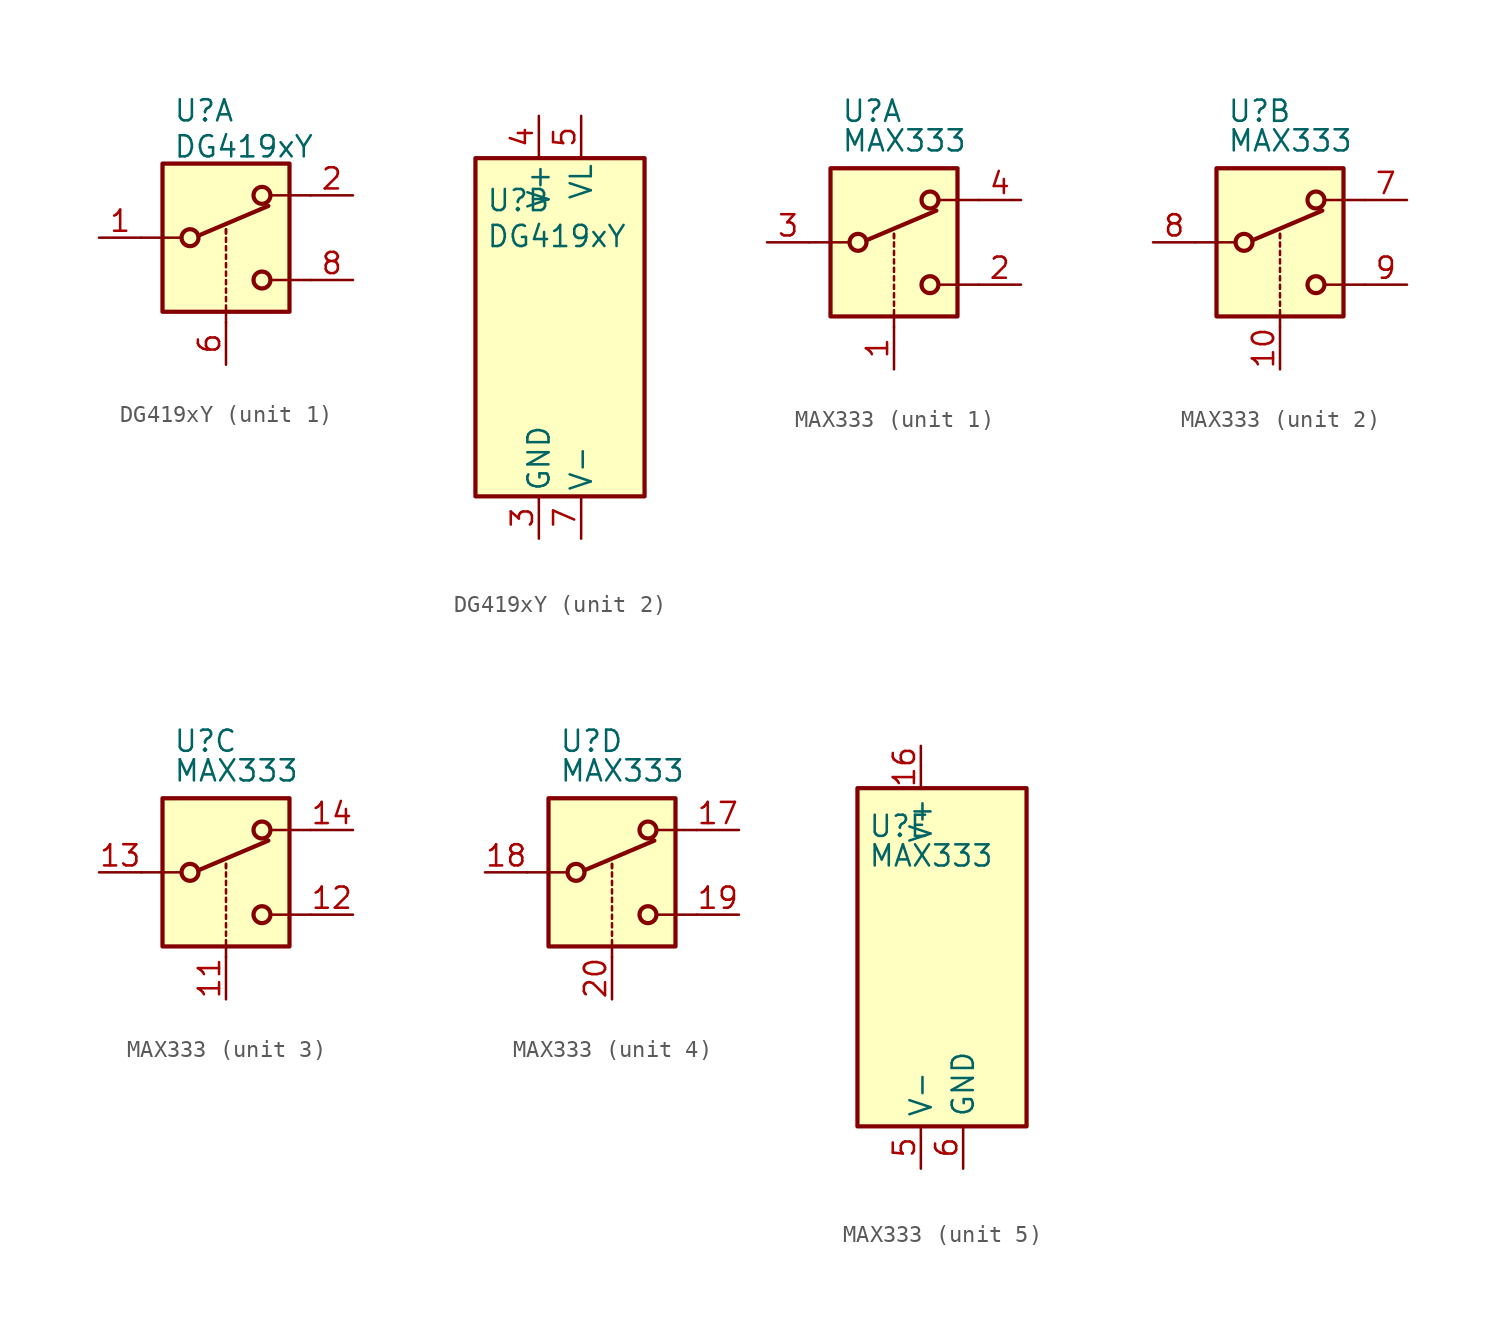
<source format=kicad_sym>
(kicad_symbol_lib
  (version 20241209)
  (generator "kicad_symbol_editor")
  (generator_version "9.0")
  (symbol "DG419xY"
    (pin_names
      (offset 0.254))
    (property "Reference" "U"
      (at -3.175 7.62 0)
      (effects (font (size 1.27 1.27)) (justify left)))
    (property "Value" "DG419xY"
      (at -3.175 5.461 0)
      (effects (font (size 1.27 1.27)) (justify left)))
    (symbol "DG419xY_1_1"
      (polyline (pts (xy -5.08 0) (xy -2.794 0)) (stroke (width 0) (type default)) (fill (type none)))
      (rectangle (start -3.81 4.445) (end 3.81 -4.445) (stroke (width 0.254) (type default)) (fill (type background)))
      (circle (center -2.159 0) (radius 0.508) (stroke (width 0.254) (type default)) (fill (type none)))
      (polyline (pts (xy -1.651 0.127) (xy 2.54 1.905)) (stroke (width 0.254) (type default)) (fill (type none)))
      (polyline (pts (xy 0 0.254) (xy 0 0.508)) (stroke (width 0) (type default)) (fill (type none)))
      (polyline (pts (xy 0 0.254) (xy 0 0.508)) (stroke (width 0) (type default)) (fill (type none)))
      (polyline (pts (xy 0 -0.254) (xy 0 0)) (stroke (width 0) (type default)) (fill (type none)))
      (polyline (pts (xy 0 -0.762) (xy 0 -0.508)) (stroke (width 0) (type default)) (fill (type none)))
      (polyline (pts (xy 0 -1.27) (xy 0 -1.016)) (stroke (width 0) (type default)) (fill (type none)))
      (polyline (pts (xy 0 -1.778) (xy 0 -1.524)) (stroke (width 0) (type default)) (fill (type none)))
      (polyline (pts (xy 0 -2.286) (xy 0 -2.032)) (stroke (width 0) (type default)) (fill (type none)))
      (polyline (pts (xy 0 -2.794) (xy 0 -2.54)) (stroke (width 0) (type default)) (fill (type none)))
      (polyline (pts (xy 0 -3.302) (xy 0 -3.048)) (stroke (width 0) (type default)) (fill (type none)))
      (polyline (pts (xy 0 -3.81) (xy 0 -3.556)) (stroke (width 0) (type default)) (fill (type none)))
      (polyline (pts (xy 0 -4.318) (xy 0 -4.064)) (stroke (width 0) (type default)) (fill (type none)))
      (polyline (pts (xy 0 -5.08) (xy 0 -4.572)) (stroke (width 0) (type default)) (fill (type none)))
      (circle (center 2.159 2.54) (radius 0.508) (stroke (width 0.254) (type default)) (fill (type none)))
      (circle (center 2.159 -2.54) (radius 0.508) (stroke (width 0.254) (type default)) (fill (type none)))
      (polyline (pts (xy 5.08 2.54) (xy 2.794 2.54)) (stroke (width 0) (type default)) (fill (type none)))
      (polyline (pts (xy 5.08 -2.54) (xy 2.794 -2.54)) (stroke (width 0) (type default)) (fill (type none)))
      (pin passive line (at -7.62 0 0) (length 2.54) (name "~" (effects (font (size 1.27 1.27)))) (number "1" (effects (font (size 1.27 1.27)))))
      (pin input line (at 0 -7.62 90) (length 2.54) (name "~" (effects (font (size 1.27 1.27)))) (number "6" (effects (font (size 1.27 1.27)))))
      (pin passive line (at 7.62 2.54 180) (length 2.54) (name "~" (effects (font (size 1.27 1.27)))) (number "2" (effects (font (size 1.27 1.27)))))
      (pin passive line (at 7.62 -2.54 180) (length 2.54) (name "~" (effects (font (size 1.27 1.27)))) (number "8" (effects (font (size 1.27 1.27))))))
    (symbol "DG419xY_2_0"
      (pin power_in line (at 0 12.7 270) (length 2.54) (name "V+" (effects (font (size 1.27 1.27)))) (number "4" (effects (font (size 1.27 1.27)))))
      (pin power_in line (at 0 -12.7 90) (length 2.54) (name "GND" (effects (font (size 1.27 1.27)))) (number "3" (effects (font (size 1.27 1.27)))))
      (pin power_in line (at 2.54 12.7 270) (length 2.54) (name "VL" (effects (font (size 1.27 1.27)))) (number "5" (effects (font (size 1.27 1.27)))))
      (pin power_in line (at 2.54 -12.7 90) (length 2.54) (name "V-" (effects (font (size 1.27 1.27)))) (number "7" (effects (font (size 1.27 1.27))))))
    (symbol "DG419xY_2_1"
      (rectangle (start -3.81 10.16) (end 6.35 -10.16) (stroke (width 0.254) (type default)) (fill (type background)))))
  (symbol "MAX333"
    (property "Reference" "U"
      (at -3.175 7.874 0)
      (effects (font (size 1.27 1.27)) (justify left)))
    (property "Value" "MAX333"
      (at -3.175 6.096 0)
      (effects (font (size 1.27 1.27)) (justify left)))
    (symbol "MAX333_1_1"
      (polyline (pts (xy -5.08 0) (xy -2.794 0)) (stroke (width 0) (type default)) (fill (type none)))
      (rectangle (start -3.81 4.445) (end 3.81 -4.445) (stroke (width 0.254) (type default)) (fill (type background)))
      (circle (center -2.159 0) (radius 0.508) (stroke (width 0.254) (type default)) (fill (type none)))
      (polyline (pts (xy -1.651 0.127) (xy 2.54 1.905)) (stroke (width 0.254) (type default)) (fill (type none)))
      (polyline (pts (xy 0 0.254) (xy 0 0.508)) (stroke (width 0) (type default)) (fill (type none)))
      (polyline (pts (xy 0 0.254) (xy 0 0.508)) (stroke (width 0) (type default)) (fill (type none)))
      (polyline (pts (xy 0 -0.254) (xy 0 0)) (stroke (width 0) (type default)) (fill (type none)))
      (polyline (pts (xy 0 -0.762) (xy 0 -0.508)) (stroke (width 0) (type default)) (fill (type none)))
      (polyline (pts (xy 0 -1.27) (xy 0 -1.016)) (stroke (width 0) (type default)) (fill (type none)))
      (polyline (pts (xy 0 -1.778) (xy 0 -1.524)) (stroke (width 0) (type default)) (fill (type none)))
      (polyline (pts (xy 0 -2.286) (xy 0 -2.032)) (stroke (width 0) (type default)) (fill (type none)))
      (polyline (pts (xy 0 -2.794) (xy 0 -2.54)) (stroke (width 0) (type default)) (fill (type none)))
      (polyline (pts (xy 0 -3.302) (xy 0 -3.048)) (stroke (width 0) (type default)) (fill (type none)))
      (polyline (pts (xy 0 -3.81) (xy 0 -3.556)) (stroke (width 0) (type default)) (fill (type none)))
      (polyline (pts (xy 0 -4.318) (xy 0 -4.064)) (stroke (width 0) (type default)) (fill (type none)))
      (polyline (pts (xy 0 -5.08) (xy 0 -4.572)) (stroke (width 0) (type default)) (fill (type none)))
      (circle (center 2.159 2.54) (radius 0.508) (stroke (width 0.254) (type default)) (fill (type none)))
      (circle (center 2.159 -2.54) (radius 0.508) (stroke (width 0.254) (type default)) (fill (type none)))
      (polyline (pts (xy 5.08 2.54) (xy 2.794 2.54)) (stroke (width 0) (type default)) (fill (type none)))
      (polyline (pts (xy 5.08 -2.54) (xy 2.794 -2.54)) (stroke (width 0) (type default)) (fill (type none)))
      (pin passive line (at -7.62 0 0) (length 2.54) (name "~" (effects (font (size 1.27 1.27)))) (number "3" (effects (font (size 1.27 1.27)))))
      (pin input line (at 0 -7.62 90) (length 2.54) (name "~" (effects (font (size 1.27 1.27)))) (number "1" (effects (font (size 1.27 1.27)))))
      (pin passive line (at 7.62 2.54 180) (length 2.54) (name "~" (effects (font (size 1.27 1.27)))) (number "4" (effects (font (size 1.27 1.27)))))
      (pin passive line (at 7.62 -2.54 180) (length 2.54) (name "~" (effects (font (size 1.27 1.27)))) (number "2" (effects (font (size 1.27 1.27))))))
    (symbol "MAX333_2_1"
      (polyline (pts (xy -5.08 0) (xy -2.794 0)) (stroke (width 0) (type default)) (fill (type none)))
      (rectangle (start -3.81 4.445) (end 3.81 -4.445) (stroke (width 0.254) (type default)) (fill (type background)))
      (circle (center -2.159 0) (radius 0.508) (stroke (width 0.254) (type default)) (fill (type none)))
      (polyline (pts (xy -1.651 0.127) (xy 2.54 1.905)) (stroke (width 0.254) (type default)) (fill (type none)))
      (polyline (pts (xy 0 0.254) (xy 0 0.508)) (stroke (width 0) (type default)) (fill (type none)))
      (polyline (pts (xy 0 0.254) (xy 0 0.508)) (stroke (width 0) (type default)) (fill (type none)))
      (polyline (pts (xy 0 -0.254) (xy 0 0)) (stroke (width 0) (type default)) (fill (type none)))
      (polyline (pts (xy 0 -0.762) (xy 0 -0.508)) (stroke (width 0) (type default)) (fill (type none)))
      (polyline (pts (xy 0 -1.27) (xy 0 -1.016)) (stroke (width 0) (type default)) (fill (type none)))
      (polyline (pts (xy 0 -1.778) (xy 0 -1.524)) (stroke (width 0) (type default)) (fill (type none)))
      (polyline (pts (xy 0 -2.286) (xy 0 -2.032)) (stroke (width 0) (type default)) (fill (type none)))
      (polyline (pts (xy 0 -2.794) (xy 0 -2.54)) (stroke (width 0) (type default)) (fill (type none)))
      (polyline (pts (xy 0 -3.302) (xy 0 -3.048)) (stroke (width 0) (type default)) (fill (type none)))
      (polyline (pts (xy 0 -3.81) (xy 0 -3.556)) (stroke (width 0) (type default)) (fill (type none)))
      (polyline (pts (xy 0 -4.318) (xy 0 -4.064)) (stroke (width 0) (type default)) (fill (type none)))
      (polyline (pts (xy 0 -5.08) (xy 0 -4.572)) (stroke (width 0) (type default)) (fill (type none)))
      (circle (center 2.159 2.54) (radius 0.508) (stroke (width 0.254) (type default)) (fill (type none)))
      (circle (center 2.159 -2.54) (radius 0.508) (stroke (width 0.254) (type default)) (fill (type none)))
      (polyline (pts (xy 5.08 2.54) (xy 2.794 2.54)) (stroke (width 0) (type default)) (fill (type none)))
      (polyline (pts (xy 5.08 -2.54) (xy 2.794 -2.54)) (stroke (width 0) (type default)) (fill (type none)))
      (pin passive line (at -7.62 0 0) (length 2.54) (name "~" (effects (font (size 1.27 1.27)))) (number "8" (effects (font (size 1.27 1.27)))))
      (pin input line (at 0 -7.62 90) (length 2.54) (name "~" (effects (font (size 1.27 1.27)))) (number "10" (effects (font (size 1.27 1.27)))))
      (pin passive line (at 7.62 2.54 180) (length 2.54) (name "~" (effects (font (size 1.27 1.27)))) (number "7" (effects (font (size 1.27 1.27)))))
      (pin passive line (at 7.62 -2.54 180) (length 2.54) (name "~" (effects (font (size 1.27 1.27)))) (number "9" (effects (font (size 1.27 1.27))))))
    (symbol "MAX333_3_1"
      (polyline (pts (xy -5.08 0) (xy -2.794 0)) (stroke (width 0) (type default)) (fill (type none)))
      (rectangle (start -3.81 4.445) (end 3.81 -4.445) (stroke (width 0.254) (type default)) (fill (type background)))
      (circle (center -2.159 0) (radius 0.508) (stroke (width 0.254) (type default)) (fill (type none)))
      (polyline (pts (xy -1.651 0.127) (xy 2.54 1.905)) (stroke (width 0.254) (type default)) (fill (type none)))
      (polyline (pts (xy 0 0.254) (xy 0 0.508)) (stroke (width 0) (type default)) (fill (type none)))
      (polyline (pts (xy 0 0.254) (xy 0 0.508)) (stroke (width 0) (type default)) (fill (type none)))
      (polyline (pts (xy 0 -0.254) (xy 0 0)) (stroke (width 0) (type default)) (fill (type none)))
      (polyline (pts (xy 0 -0.762) (xy 0 -0.508)) (stroke (width 0) (type default)) (fill (type none)))
      (polyline (pts (xy 0 -1.27) (xy 0 -1.016)) (stroke (width 0) (type default)) (fill (type none)))
      (polyline (pts (xy 0 -1.778) (xy 0 -1.524)) (stroke (width 0) (type default)) (fill (type none)))
      (polyline (pts (xy 0 -2.286) (xy 0 -2.032)) (stroke (width 0) (type default)) (fill (type none)))
      (polyline (pts (xy 0 -2.794) (xy 0 -2.54)) (stroke (width 0) (type default)) (fill (type none)))
      (polyline (pts (xy 0 -3.302) (xy 0 -3.048)) (stroke (width 0) (type default)) (fill (type none)))
      (polyline (pts (xy 0 -3.81) (xy 0 -3.556)) (stroke (width 0) (type default)) (fill (type none)))
      (polyline (pts (xy 0 -4.318) (xy 0 -4.064)) (stroke (width 0) (type default)) (fill (type none)))
      (polyline (pts (xy 0 -5.08) (xy 0 -4.572)) (stroke (width 0) (type default)) (fill (type none)))
      (circle (center 2.159 2.54) (radius 0.508) (stroke (width 0.254) (type default)) (fill (type none)))
      (circle (center 2.159 -2.54) (radius 0.508) (stroke (width 0.254) (type default)) (fill (type none)))
      (polyline (pts (xy 5.08 2.54) (xy 2.794 2.54)) (stroke (width 0) (type default)) (fill (type none)))
      (polyline (pts (xy 5.08 -2.54) (xy 2.794 -2.54)) (stroke (width 0) (type default)) (fill (type none)))
      (pin passive line (at -7.62 0 0) (length 2.54) (name "~" (effects (font (size 1.27 1.27)))) (number "13" (effects (font (size 1.27 1.27)))))
      (pin input line (at 0 -7.62 90) (length 2.54) (name "~" (effects (font (size 1.27 1.27)))) (number "11" (effects (font (size 1.27 1.27)))))
      (pin passive line (at 7.62 2.54 180) (length 2.54) (name "~" (effects (font (size 1.27 1.27)))) (number "14" (effects (font (size 1.27 1.27)))))
      (pin passive line (at 7.62 -2.54 180) (length 2.54) (name "~" (effects (font (size 1.27 1.27)))) (number "12" (effects (font (size 1.27 1.27))))))
    (symbol "MAX333_4_1"
      (polyline (pts (xy -5.08 0) (xy -2.794 0)) (stroke (width 0) (type default)) (fill (type none)))
      (rectangle (start -3.81 4.445) (end 3.81 -4.445) (stroke (width 0.254) (type default)) (fill (type background)))
      (circle (center -2.159 0) (radius 0.508) (stroke (width 0.254) (type default)) (fill (type none)))
      (polyline (pts (xy -1.651 0.127) (xy 2.54 1.905)) (stroke (width 0.254) (type default)) (fill (type none)))
      (polyline (pts (xy 0 0.254) (xy 0 0.508)) (stroke (width 0) (type default)) (fill (type none)))
      (polyline (pts (xy 0 0.254) (xy 0 0.508)) (stroke (width 0) (type default)) (fill (type none)))
      (polyline (pts (xy 0 -0.254) (xy 0 0)) (stroke (width 0) (type default)) (fill (type none)))
      (polyline (pts (xy 0 -0.762) (xy 0 -0.508)) (stroke (width 0) (type default)) (fill (type none)))
      (polyline (pts (xy 0 -1.27) (xy 0 -1.016)) (stroke (width 0) (type default)) (fill (type none)))
      (polyline (pts (xy 0 -1.778) (xy 0 -1.524)) (stroke (width 0) (type default)) (fill (type none)))
      (polyline (pts (xy 0 -2.286) (xy 0 -2.032)) (stroke (width 0) (type default)) (fill (type none)))
      (polyline (pts (xy 0 -2.794) (xy 0 -2.54)) (stroke (width 0) (type default)) (fill (type none)))
      (polyline (pts (xy 0 -3.302) (xy 0 -3.048)) (stroke (width 0) (type default)) (fill (type none)))
      (polyline (pts (xy 0 -3.81) (xy 0 -3.556)) (stroke (width 0) (type default)) (fill (type none)))
      (polyline (pts (xy 0 -4.318) (xy 0 -4.064)) (stroke (width 0) (type default)) (fill (type none)))
      (polyline (pts (xy 0 -5.08) (xy 0 -4.572)) (stroke (width 0) (type default)) (fill (type none)))
      (circle (center 2.159 2.54) (radius 0.508) (stroke (width 0.254) (type default)) (fill (type none)))
      (circle (center 2.159 -2.54) (radius 0.508) (stroke (width 0.254) (type default)) (fill (type none)))
      (polyline (pts (xy 5.08 2.54) (xy 2.794 2.54)) (stroke (width 0) (type default)) (fill (type none)))
      (polyline (pts (xy 5.08 -2.54) (xy 2.794 -2.54)) (stroke (width 0) (type default)) (fill (type none)))
      (pin passive line (at -7.62 0 0) (length 2.54) (name "~" (effects (font (size 1.27 1.27)))) (number "18" (effects (font (size 1.27 1.27)))))
      (pin input line (at 0 -7.62 90) (length 2.54) (name "~" (effects (font (size 1.27 1.27)))) (number "20" (effects (font (size 1.27 1.27)))))
      (pin passive line (at 7.62 2.54 180) (length 2.54) (name "~" (effects (font (size 1.27 1.27)))) (number "17" (effects (font (size 1.27 1.27)))))
      (pin passive line (at 7.62 -2.54 180) (length 2.54) (name "~" (effects (font (size 1.27 1.27)))) (number "19" (effects (font (size 1.27 1.27))))))
    (symbol "MAX333_5_0"
      (pin power_in line (at 0 12.7 270) (length 2.54) (name "V+" (effects (font (size 1.27 1.27)))) (number "16" (effects (font (size 1.27 1.27)))))
      (pin power_in line (at 0 -12.7 90) (length 2.54) (name "V-" (effects (font (size 1.27 1.27)))) (number "5" (effects (font (size 1.27 1.27)))))
      (pin no_connect line (at 2.54 10.16 270) (length 2.54) (hide yes) (name "NC" (effects (font (size 1.27 1.27)))) (number "15" (effects (font (size 1.27 1.27)))))
      (pin power_in line (at 2.54 -12.7 90) (length 2.54) (name "GND" (effects (font (size 1.27 1.27)))) (number "6" (effects (font (size 1.27 1.27))))))
    (symbol "MAX333_5_1"
      (rectangle (start -3.81 10.16) (end 6.35 -10.16) (stroke (width 0.254) (type default)) (fill (type background))))))
</source>
